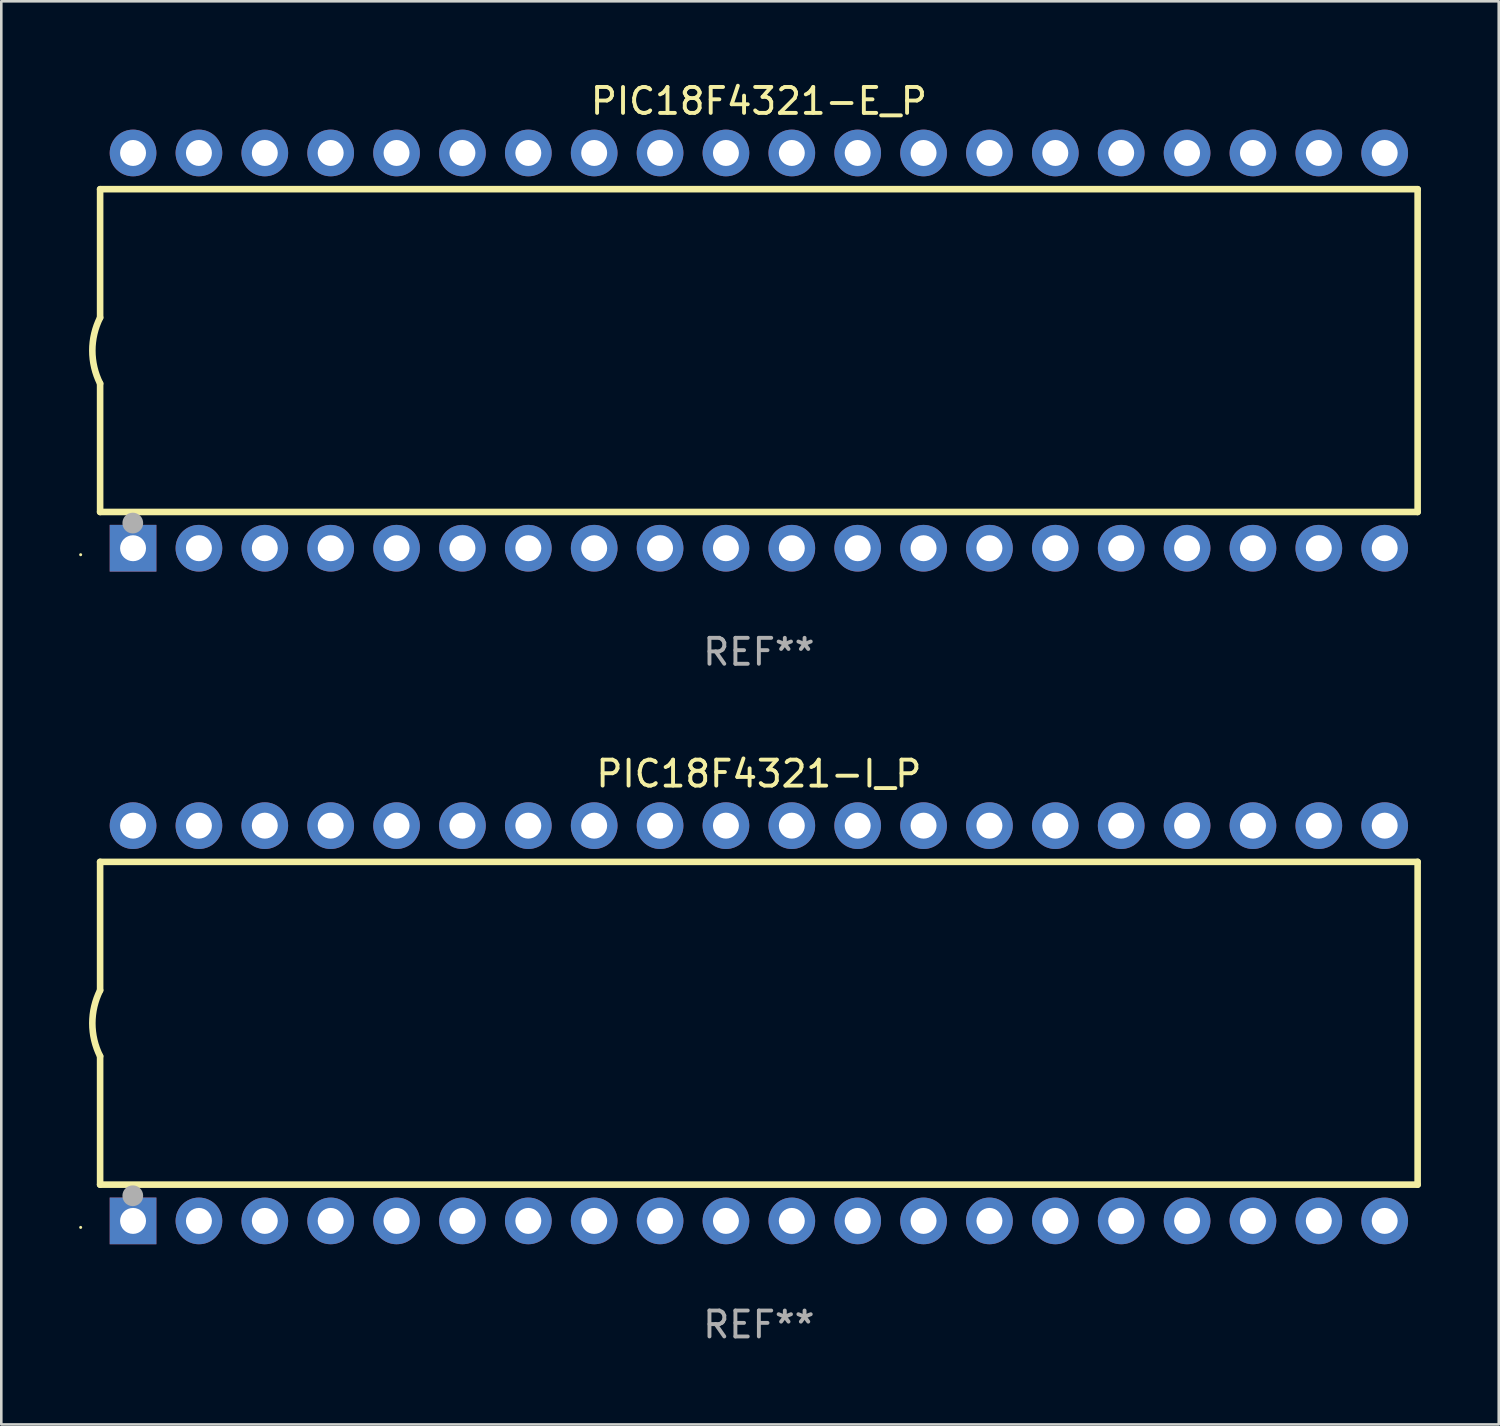
<source format=kicad_pcb>
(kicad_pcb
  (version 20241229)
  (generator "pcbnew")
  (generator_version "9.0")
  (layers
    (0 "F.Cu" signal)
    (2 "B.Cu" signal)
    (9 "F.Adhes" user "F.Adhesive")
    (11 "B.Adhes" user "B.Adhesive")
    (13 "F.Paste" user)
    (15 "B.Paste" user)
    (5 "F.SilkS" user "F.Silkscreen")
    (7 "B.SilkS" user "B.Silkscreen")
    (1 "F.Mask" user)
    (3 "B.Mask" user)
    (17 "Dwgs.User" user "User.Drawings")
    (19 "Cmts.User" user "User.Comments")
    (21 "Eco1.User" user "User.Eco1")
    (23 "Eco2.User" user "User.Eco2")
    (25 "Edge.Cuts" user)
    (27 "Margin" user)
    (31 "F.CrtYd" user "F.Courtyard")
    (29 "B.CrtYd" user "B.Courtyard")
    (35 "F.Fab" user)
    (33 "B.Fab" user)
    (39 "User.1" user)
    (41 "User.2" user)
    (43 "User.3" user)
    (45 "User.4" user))
  (footprint "PIC18F4321-E_P"
    (layer "F.Cu")
    (at 26.21 10.468)
    (property "Reference" "PIC18F4321-E_P" (at 0 -9.62 0) (layer "F.SilkS") (effects (font (size 1 1) (thickness 0.15))))
    (attr through_hole)
    (fp_line (start -25.4 -6.224) (end -25.4 -1.271) (stroke (width 0.254) (type solid)) (layer "F.SilkS"))
    (fp_line (start -25.4 -6.224) (end 25.4 -6.224) (stroke (width 0.254) (type solid)) (layer "F.SilkS"))
    (fp_line (start -25.4 1.269) (end -25.4 6.222) (stroke (width 0.254) (type solid)) (layer "F.SilkS"))
    (fp_line (start -25.4 6.222) (end 25.4 6.222) (stroke (width 0.254) (type solid)) (layer "F.SilkS"))
    (fp_line (start 25.4 6.222) (end 25.4 -6.224) (stroke (width 0.254) (type solid)) (layer "F.SilkS"))
    (fp_arc (start -25.4 1.269241) (mid -25.699807 -0.000762) (end -25.4 -1.270765) (stroke (width 0.254001) (type solid)) (layer "F.SilkS"))
    (fp_circle (center -26.15 7.87) (end -26.12 7.87) (stroke (width 0.06) (type solid)) (fill no) (layer "F.SilkS"))
    (fp_circle (center -24.14 6.65) (end -23.94 6.65) (stroke (width 0.4) (type solid)) (fill no) (layer "F.Fab"))
    (fp_text user "REF**" (at 0 11.62 0) (layer "F.Fab") (effects (font (size 1 1) (thickness 0.15))))
    (pad "1" thru_hole rect (at -24.13 7.62 90) (size 1.8 1.8) (drill 1) (layers "*.Cu" "*.Mask"))
    (pad "2" thru_hole circle (at -21.59 7.62) (size 1.8 1.8) (drill 1) (layers "*.Cu" "*.Mask"))
    (pad "3" thru_hole circle (at -19.05 7.62) (size 1.8 1.8) (drill 1) (layers "*.Cu" "*.Mask"))
    (pad "4" thru_hole circle (at -16.51 7.62) (size 1.8 1.8) (drill 1) (layers "*.Cu" "*.Mask"))
    (pad "5" thru_hole circle (at -13.97 7.62) (size 1.8 1.8) (drill 1) (layers "*.Cu" "*.Mask"))
    (pad "6" thru_hole circle (at -11.43 7.62) (size 1.8 1.8) (drill 1) (layers "*.Cu" "*.Mask"))
    (pad "7" thru_hole circle (at -8.89 7.62) (size 1.8 1.8) (drill 1) (layers "*.Cu" "*.Mask"))
    (pad "8" thru_hole circle (at -6.35 7.62) (size 1.8 1.8) (drill 1) (layers "*.Cu" "*.Mask"))
    (pad "9" thru_hole circle (at -3.81 7.62) (size 1.8 1.8) (drill 1) (layers "*.Cu" "*.Mask"))
    (pad "10" thru_hole circle (at -1.27 7.62) (size 1.8 1.8) (drill 1) (layers "*.Cu" "*.Mask"))
    (pad "11" thru_hole circle (at 1.27 7.62) (size 1.8 1.8) (drill 1) (layers "*.Cu" "*.Mask"))
    (pad "12" thru_hole circle (at 3.81 7.62) (size 1.8 1.8) (drill 1) (layers "*.Cu" "*.Mask"))
    (pad "13" thru_hole circle (at 6.35 7.62) (size 1.8 1.8) (drill 1) (layers "*.Cu" "*.Mask"))
    (pad "14" thru_hole circle (at 8.89 7.62) (size 1.8 1.8) (drill 1) (layers "*.Cu" "*.Mask"))
    (pad "15" thru_hole circle (at 11.43 7.62) (size 1.8 1.8) (drill 1) (layers "*.Cu" "*.Mask"))
    (pad "16" thru_hole circle (at 13.97 7.62) (size 1.8 1.8) (drill 1) (layers "*.Cu" "*.Mask"))
    (pad "17" thru_hole circle (at 16.51 7.62) (size 1.8 1.8) (drill 1) (layers "*.Cu" "*.Mask"))
    (pad "18" thru_hole circle (at 19.05 7.62) (size 1.8 1.8) (drill 1) (layers "*.Cu" "*.Mask"))
    (pad "19" thru_hole circle (at 21.59 7.62) (size 1.8 1.8) (drill 1) (layers "*.Cu" "*.Mask"))
    (pad "20" thru_hole circle (at 24.13 7.62) (size 1.8 1.8) (drill 1) (layers "*.Cu" "*.Mask"))
    (pad "21" thru_hole circle (at 24.13 -7.62) (size 1.8 1.8) (drill 1) (layers "*.Cu" "*.Mask"))
    (pad "22" thru_hole circle (at 21.59 -7.62) (size 1.8 1.8) (drill 1) (layers "*.Cu" "*.Mask"))
    (pad "23" thru_hole circle (at 19.05 -7.62) (size 1.8 1.8) (drill 1) (layers "*.Cu" "*.Mask"))
    (pad "24" thru_hole circle (at 16.51 -7.62) (size 1.8 1.8) (drill 1) (layers "*.Cu" "*.Mask"))
    (pad "25" thru_hole circle (at 13.97 -7.62) (size 1.8 1.8) (drill 1) (layers "*.Cu" "*.Mask"))
    (pad "26" thru_hole circle (at 11.43 -7.62) (size 1.8 1.8) (drill 1) (layers "*.Cu" "*.Mask"))
    (pad "27" thru_hole circle (at 8.89 -7.62) (size 1.8 1.8) (drill 1) (layers "*.Cu" "*.Mask"))
    (pad "28" thru_hole circle (at 6.35 -7.62) (size 1.8 1.8) (drill 1) (layers "*.Cu" "*.Mask"))
    (pad "29" thru_hole circle (at 3.81 -7.62) (size 1.8 1.8) (drill 1) (layers "*.Cu" "*.Mask"))
    (pad "30" thru_hole circle (at 1.27 -7.62) (size 1.8 1.8) (drill 1) (layers "*.Cu" "*.Mask"))
    (pad "31" thru_hole circle (at -1.27 -7.62) (size 1.8 1.8) (drill 1) (layers "*.Cu" "*.Mask"))
    (pad "32" thru_hole circle (at -3.81 -7.62) (size 1.8 1.8) (drill 1) (layers "*.Cu" "*.Mask"))
    (pad "33" thru_hole circle (at -6.35 -7.62) (size 1.8 1.8) (drill 1) (layers "*.Cu" "*.Mask"))
    (pad "34" thru_hole circle (at -8.89 -7.62) (size 1.8 1.8) (drill 1) (layers "*.Cu" "*.Mask"))
    (pad "35" thru_hole circle (at -11.43 -7.62) (size 1.8 1.8) (drill 1) (layers "*.Cu" "*.Mask"))
    (pad "36" thru_hole circle (at -13.97 -7.62) (size 1.8 1.8) (drill 1) (layers "*.Cu" "*.Mask"))
    (pad "37" thru_hole circle (at -16.51 -7.62) (size 1.8 1.8) (drill 1) (layers "*.Cu" "*.Mask"))
    (pad "38" thru_hole circle (at -19.05 -7.62) (size 1.8 1.8) (drill 1) (layers "*.Cu" "*.Mask"))
    (pad "39" thru_hole circle (at -21.59 -7.62) (size 1.8 1.8) (drill 1) (layers "*.Cu" "*.Mask"))
    (pad "40" thru_hole circle (at -24.13 -7.62) (size 1.8 1.8) (drill 1) (layers "*.Cu" "*.Mask")))
  (footprint "PIC18F4321-I_P"
    (layer "F.Cu")
    (at 26.21 36.405)
    (property "Reference" "PIC18F4321-I_P" (at 0 -9.62 0) (layer "F.SilkS") (effects (font (size 1 1) (thickness 0.15))))
    (attr through_hole)
    (fp_line (start -25.4 -6.224) (end -25.4 -1.271) (stroke (width 0.254) (type solid)) (layer "F.SilkS"))
    (fp_line (start -25.4 -6.224) (end 25.4 -6.224) (stroke (width 0.254) (type solid)) (layer "F.SilkS"))
    (fp_line (start -25.4 1.269) (end -25.4 6.222) (stroke (width 0.254) (type solid)) (layer "F.SilkS"))
    (fp_line (start -25.4 6.222) (end 25.4 6.222) (stroke (width 0.254) (type solid)) (layer "F.SilkS"))
    (fp_line (start 25.4 6.222) (end 25.4 -6.224) (stroke (width 0.254) (type solid)) (layer "F.SilkS"))
    (fp_arc (start -25.4 1.269241) (mid -25.699807 -0.000762) (end -25.4 -1.270765) (stroke (width 0.254001) (type solid)) (layer "F.SilkS"))
    (fp_circle (center -26.15 7.87) (end -26.12 7.87) (stroke (width 0.06) (type solid)) (fill no) (layer "F.SilkS"))
    (fp_circle (center -24.14 6.65) (end -23.94 6.65) (stroke (width 0.4) (type solid)) (fill no) (layer "F.Fab"))
    (fp_text user "REF**" (at 0 11.62 0) (layer "F.Fab") (effects (font (size 1 1) (thickness 0.15))))
    (pad "1" thru_hole rect (at -24.13 7.62 90) (size 1.8 1.8) (drill 1) (layers "*.Cu" "*.Mask"))
    (pad "2" thru_hole circle (at -21.59 7.62) (size 1.8 1.8) (drill 1) (layers "*.Cu" "*.Mask"))
    (pad "3" thru_hole circle (at -19.05 7.62) (size 1.8 1.8) (drill 1) (layers "*.Cu" "*.Mask"))
    (pad "4" thru_hole circle (at -16.51 7.62) (size 1.8 1.8) (drill 1) (layers "*.Cu" "*.Mask"))
    (pad "5" thru_hole circle (at -13.97 7.62) (size 1.8 1.8) (drill 1) (layers "*.Cu" "*.Mask"))
    (pad "6" thru_hole circle (at -11.43 7.62) (size 1.8 1.8) (drill 1) (layers "*.Cu" "*.Mask"))
    (pad "7" thru_hole circle (at -8.89 7.62) (size 1.8 1.8) (drill 1) (layers "*.Cu" "*.Mask"))
    (pad "8" thru_hole circle (at -6.35 7.62) (size 1.8 1.8) (drill 1) (layers "*.Cu" "*.Mask"))
    (pad "9" thru_hole circle (at -3.81 7.62) (size 1.8 1.8) (drill 1) (layers "*.Cu" "*.Mask"))
    (pad "10" thru_hole circle (at -1.27 7.62) (size 1.8 1.8) (drill 1) (layers "*.Cu" "*.Mask"))
    (pad "11" thru_hole circle (at 1.27 7.62) (size 1.8 1.8) (drill 1) (layers "*.Cu" "*.Mask"))
    (pad "12" thru_hole circle (at 3.81 7.62) (size 1.8 1.8) (drill 1) (layers "*.Cu" "*.Mask"))
    (pad "13" thru_hole circle (at 6.35 7.62) (size 1.8 1.8) (drill 1) (layers "*.Cu" "*.Mask"))
    (pad "14" thru_hole circle (at 8.89 7.62) (size 1.8 1.8) (drill 1) (layers "*.Cu" "*.Mask"))
    (pad "15" thru_hole circle (at 11.43 7.62) (size 1.8 1.8) (drill 1) (layers "*.Cu" "*.Mask"))
    (pad "16" thru_hole circle (at 13.97 7.62) (size 1.8 1.8) (drill 1) (layers "*.Cu" "*.Mask"))
    (pad "17" thru_hole circle (at 16.51 7.62) (size 1.8 1.8) (drill 1) (layers "*.Cu" "*.Mask"))
    (pad "18" thru_hole circle (at 19.05 7.62) (size 1.8 1.8) (drill 1) (layers "*.Cu" "*.Mask"))
    (pad "19" thru_hole circle (at 21.59 7.62) (size 1.8 1.8) (drill 1) (layers "*.Cu" "*.Mask"))
    (pad "20" thru_hole circle (at 24.13 7.62) (size 1.8 1.8) (drill 1) (layers "*.Cu" "*.Mask"))
    (pad "21" thru_hole circle (at 24.13 -7.62) (size 1.8 1.8) (drill 1) (layers "*.Cu" "*.Mask"))
    (pad "22" thru_hole circle (at 21.59 -7.62) (size 1.8 1.8) (drill 1) (layers "*.Cu" "*.Mask"))
    (pad "23" thru_hole circle (at 19.05 -7.62) (size 1.8 1.8) (drill 1) (layers "*.Cu" "*.Mask"))
    (pad "24" thru_hole circle (at 16.51 -7.62) (size 1.8 1.8) (drill 1) (layers "*.Cu" "*.Mask"))
    (pad "25" thru_hole circle (at 13.97 -7.62) (size 1.8 1.8) (drill 1) (layers "*.Cu" "*.Mask"))
    (pad "26" thru_hole circle (at 11.43 -7.62) (size 1.8 1.8) (drill 1) (layers "*.Cu" "*.Mask"))
    (pad "27" thru_hole circle (at 8.89 -7.62) (size 1.8 1.8) (drill 1) (layers "*.Cu" "*.Mask"))
    (pad "28" thru_hole circle (at 6.35 -7.62) (size 1.8 1.8) (drill 1) (layers "*.Cu" "*.Mask"))
    (pad "29" thru_hole circle (at 3.81 -7.62) (size 1.8 1.8) (drill 1) (layers "*.Cu" "*.Mask"))
    (pad "30" thru_hole circle (at 1.27 -7.62) (size 1.8 1.8) (drill 1) (layers "*.Cu" "*.Mask"))
    (pad "31" thru_hole circle (at -1.27 -7.62) (size 1.8 1.8) (drill 1) (layers "*.Cu" "*.Mask"))
    (pad "32" thru_hole circle (at -3.81 -7.62) (size 1.8 1.8) (drill 1) (layers "*.Cu" "*.Mask"))
    (pad "33" thru_hole circle (at -6.35 -7.62) (size 1.8 1.8) (drill 1) (layers "*.Cu" "*.Mask"))
    (pad "34" thru_hole circle (at -8.89 -7.62) (size 1.8 1.8) (drill 1) (layers "*.Cu" "*.Mask"))
    (pad "35" thru_hole circle (at -11.43 -7.62) (size 1.8 1.8) (drill 1) (layers "*.Cu" "*.Mask"))
    (pad "36" thru_hole circle (at -13.97 -7.62) (size 1.8 1.8) (drill 1) (layers "*.Cu" "*.Mask"))
    (pad "37" thru_hole circle (at -16.51 -7.62) (size 1.8 1.8) (drill 1) (layers "*.Cu" "*.Mask"))
    (pad "38" thru_hole circle (at -19.05 -7.62) (size 1.8 1.8) (drill 1) (layers "*.Cu" "*.Mask"))
    (pad "39" thru_hole circle (at -21.59 -7.62) (size 1.8 1.8) (drill 1) (layers "*.Cu" "*.Mask"))
    (pad "40" thru_hole circle (at -24.13 -7.62) (size 1.8 1.8) (drill 1) (layers "*.Cu" "*.Mask")))
  (gr_rect
    (start -3 -3)
    (end 54.737 51.873)
    (stroke (width 0.1) (type default))
    (fill no)
    (layer "Edge.Cuts")))
</source>
